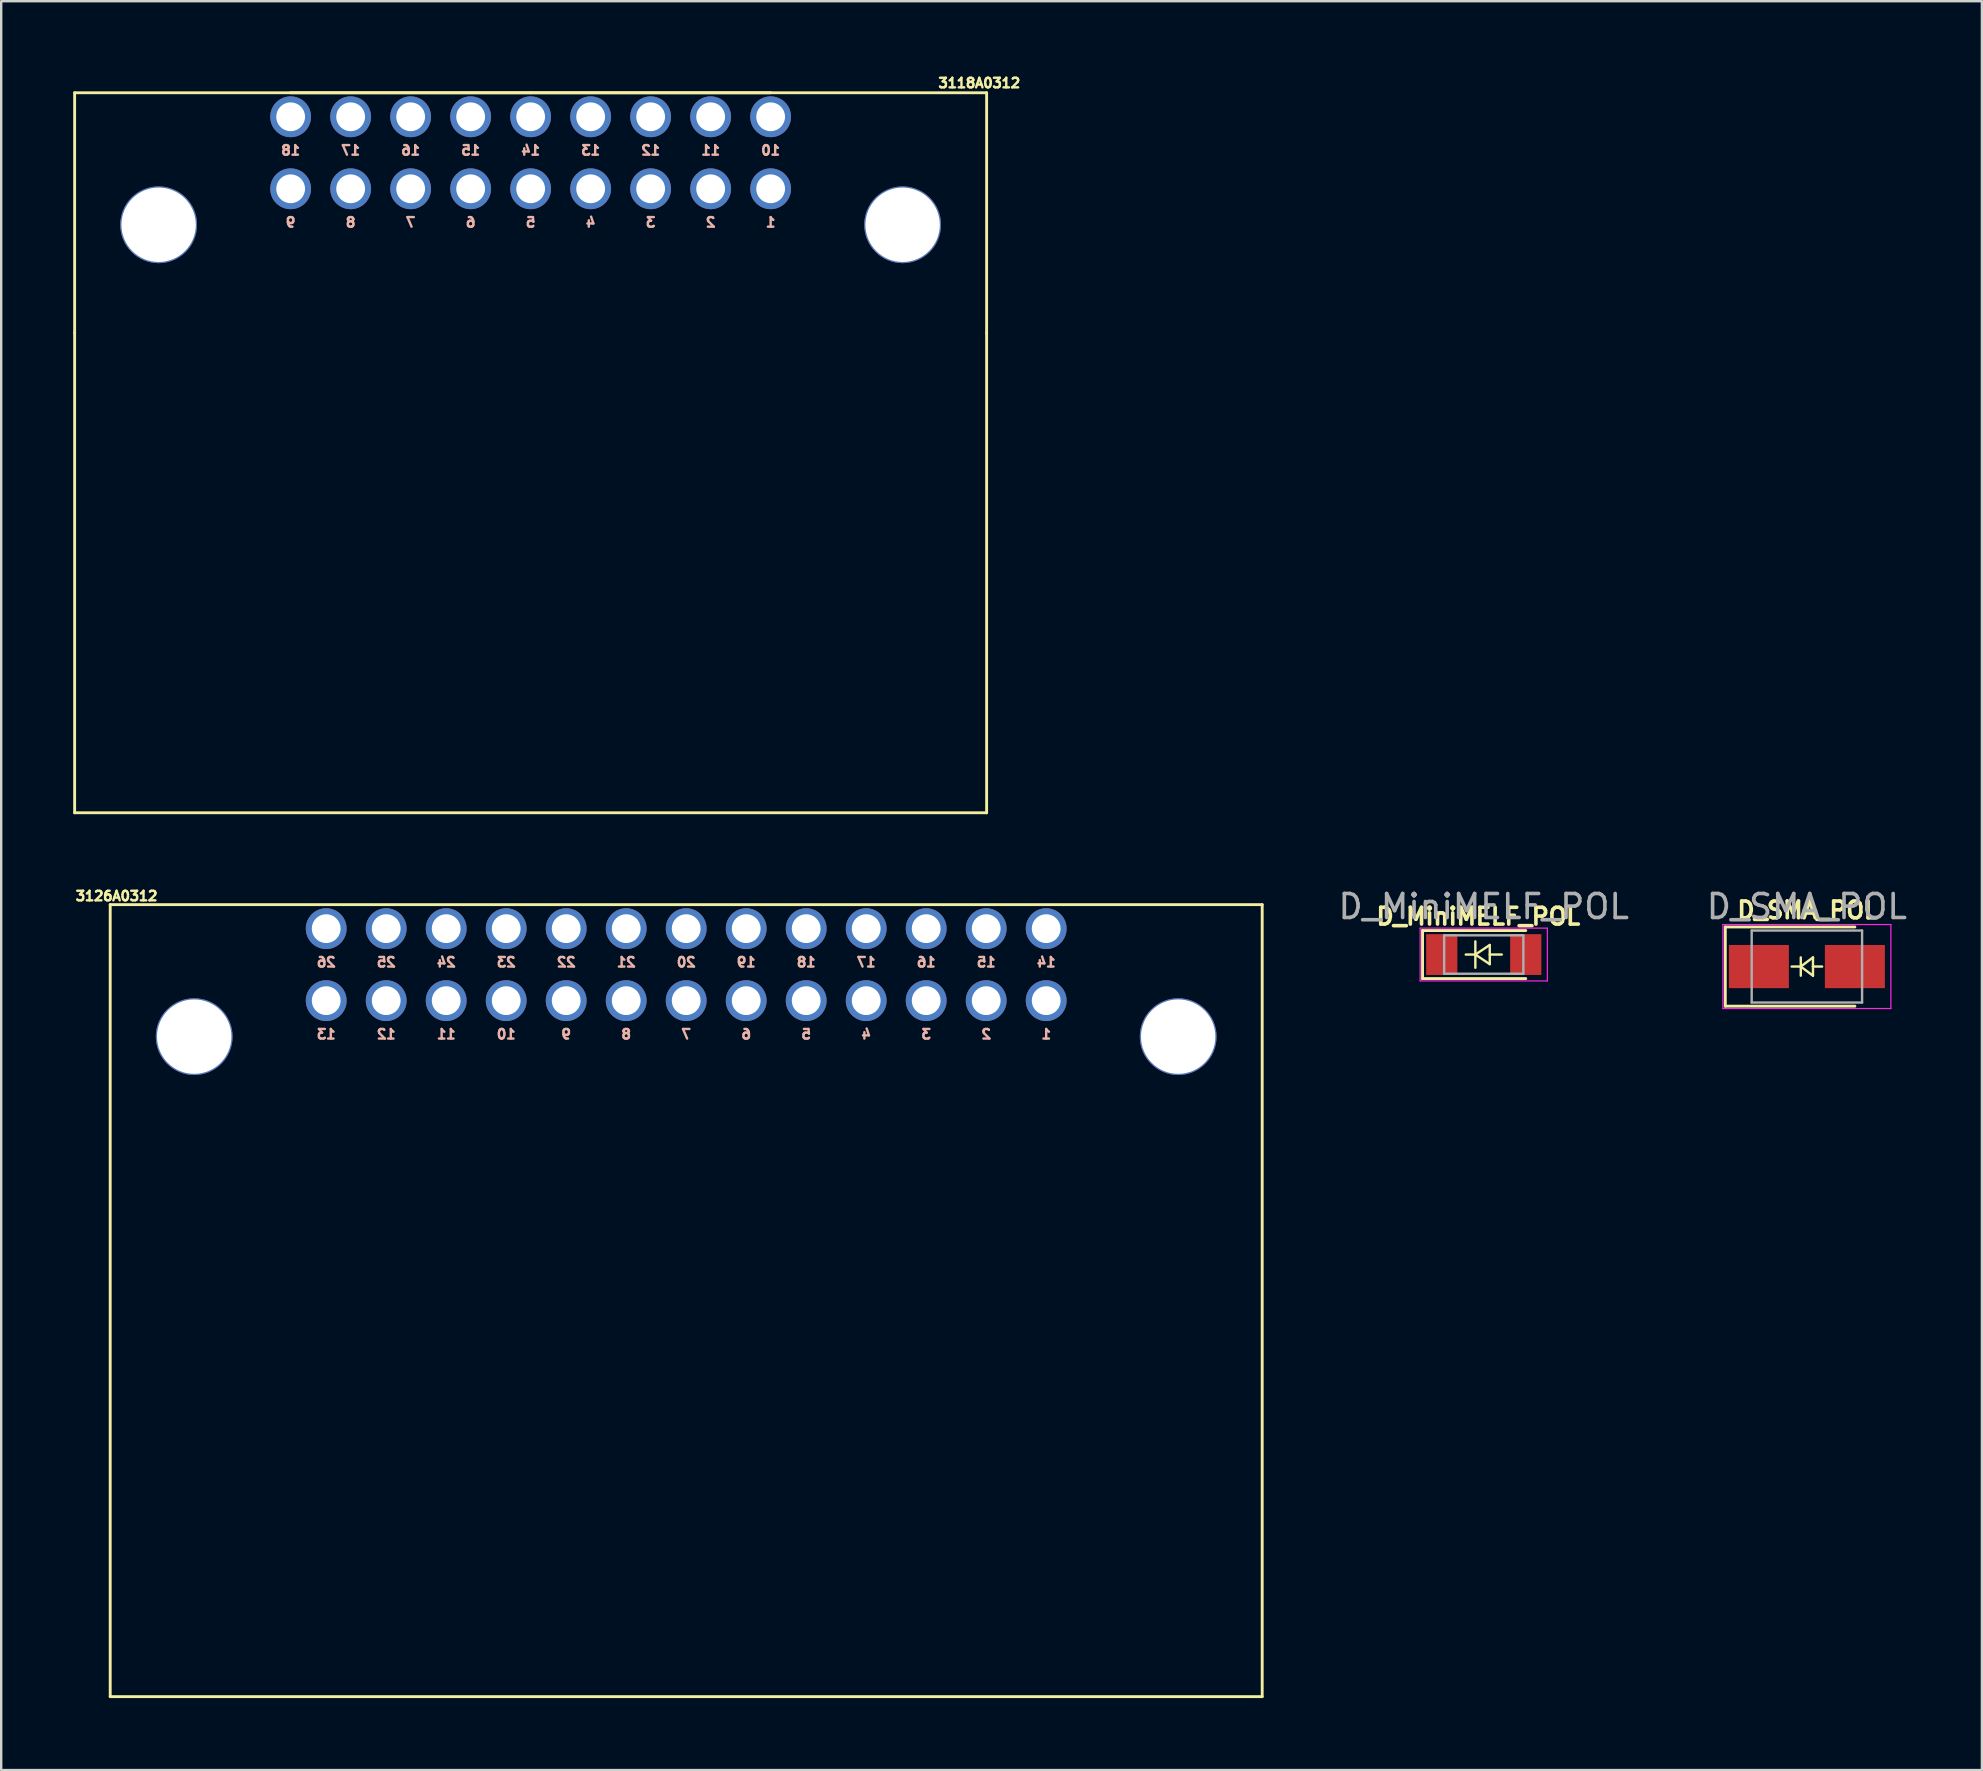
<source format=kicad_pcb>
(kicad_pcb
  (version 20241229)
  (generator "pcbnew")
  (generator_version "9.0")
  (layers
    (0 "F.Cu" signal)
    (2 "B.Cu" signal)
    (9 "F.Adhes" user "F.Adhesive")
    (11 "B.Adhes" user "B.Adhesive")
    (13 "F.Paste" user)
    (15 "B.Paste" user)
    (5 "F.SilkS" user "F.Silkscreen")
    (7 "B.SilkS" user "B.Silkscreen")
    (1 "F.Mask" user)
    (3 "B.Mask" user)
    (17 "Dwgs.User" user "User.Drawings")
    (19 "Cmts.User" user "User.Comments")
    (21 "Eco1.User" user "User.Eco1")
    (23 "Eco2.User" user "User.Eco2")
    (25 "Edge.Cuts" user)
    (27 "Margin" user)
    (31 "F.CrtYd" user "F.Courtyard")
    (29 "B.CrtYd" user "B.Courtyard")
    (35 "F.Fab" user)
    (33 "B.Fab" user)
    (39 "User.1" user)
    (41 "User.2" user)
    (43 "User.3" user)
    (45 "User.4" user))
  (footprint "D_SMA_POL"
    (layer "F.Cu")
    (at 72.238 37.224)
    (property "Reference" "D_SMA_POL" (at 0.032 -2.349 0) (layer "F.SilkS") (effects (font (size 0.7 0.7) (thickness 0.15))))
    (attr smd)
    (fp_line (start -3.4 -1.65) (end -3.4 1.65) (stroke (width 0.12) (type solid)) (layer "F.SilkS"))
    (fp_line (start -3.4 -1.65) (end 2 -1.65) (stroke (width 0.12) (type solid)) (layer "F.SilkS"))
    (fp_line (start -3.4 1.65) (end 2 1.65) (stroke (width 0.12) (type solid)) (layer "F.SilkS"))
    (fp_line (start -0.254 -0.381) (end -0.254 0.381) (stroke (width 0.1) (type solid)) (layer "F.SilkS"))
    (fp_line (start -0.254 0) (end -0.635 0) (stroke (width 0.1) (type solid)) (layer "F.SilkS"))
    (fp_line (start -0.254 0) (end 0.254 -0.381) (stroke (width 0.1) (type solid)) (layer "F.SilkS"))
    (fp_line (start 0.254 -0.381) (end 0.254 0) (stroke (width 0.1) (type solid)) (layer "F.SilkS"))
    (fp_line (start 0.254 0) (end 0.254 0.381) (stroke (width 0.1) (type solid)) (layer "F.SilkS"))
    (fp_line (start 0.254 0.381) (end -0.254 0) (stroke (width 0.1) (type solid)) (layer "F.SilkS"))
    (fp_line (start 0.635 0) (end 0.254 0) (stroke (width 0.1) (type solid)) (layer "F.SilkS"))
    (fp_line (start -3.5 -1.75) (end 3.5 -1.75) (stroke (width 0.05) (type solid)) (layer "F.CrtYd"))
    (fp_line (start -3.5 1.75) (end -3.5 -1.75) (stroke (width 0.05) (type solid)) (layer "F.CrtYd"))
    (fp_line (start 3.5 -1.75) (end 3.5 1.75) (stroke (width 0.05) (type solid)) (layer "F.CrtYd"))
    (fp_line (start 3.5 1.75) (end -3.5 1.75) (stroke (width 0.05) (type solid)) (layer "F.CrtYd"))
    (fp_line (start -2.3 1.5) (end -2.3 -1.5) (stroke (width 0.1) (type solid)) (layer "F.Fab"))
    (fp_line (start 2.3 -1.5) (end -2.3 -1.5) (stroke (width 0.1) (type solid)) (layer "F.Fab"))
    (fp_line (start 2.3 -1.5) (end 2.3 1.5) (stroke (width 0.1) (type solid)) (layer "F.Fab"))
    (fp_line (start 2.3 1.5) (end -2.3 1.5) (stroke (width 0.1) (type solid)) (layer "F.Fab"))
    (fp_text user "${REFERENCE}" (at 0 -2.5 0) (layer "F.Fab") (effects (font (size 1 1) (thickness 0.15))))
    (pad "1" smd rect (at -2 0) (size 2.5 1.8) (layers "F.Cu" "F.Mask" "F.Paste"))
    (pad "2" smd rect (at 2 0) (size 2.5 1.8) (layers "F.Cu" "F.Mask" "F.Paste")))
  (footprint "3126A0312"
    (layer "F.Cu")
    (at 25.542 35.644)
    (property "Reference" "3126A0312" (at -23.736 -1.359 0) (layer "F.SilkS") (effects (font (size 0.4 0.4) (thickness 0.1))))
    (attr through_hole)
    (fp_line (start -24 -1) (end 24 -1) (stroke (width 0.12) (type solid)) (layer "F.SilkS"))
    (fp_line (start -24 32) (end -24 -1) (stroke (width 0.12) (type solid)) (layer "F.SilkS"))
    (fp_line (start 24 -1) (end 24 32) (stroke (width 0.12) (type solid)) (layer "F.SilkS"))
    (fp_line (start 24 32) (end -24 32) (stroke (width 0.12) (type solid)) (layer "F.SilkS"))
    (fp_text user "26" (at -15 1.4 0) (layer "B.SilkS") (effects (font (size 0.4 0.4) (thickness 0.1)) (justify mirror)))
    (fp_text user "20" (at 0 1.4 0) (layer "B.SilkS") (effects (font (size 0.4 0.4) (thickness 0.1)) (justify mirror)))
    (fp_text user "16" (at 10 1.4 0) (layer "B.SilkS") (effects (font (size 0.4 0.4) (thickness 0.1)) (justify mirror)))
    (fp_text user "14" (at 15 1.4 0) (layer "B.SilkS") (effects (font (size 0.4 0.4) (thickness 0.1)) (justify mirror)))
    (fp_text user "15" (at 12.5 1.4 0) (layer "B.SilkS") (effects (font (size 0.4 0.4) (thickness 0.1)) (justify mirror)))
    (fp_text user "18" (at 5 1.4 0) (layer "B.SilkS") (effects (font (size 0.4 0.4) (thickness 0.1)) (justify mirror)))
    (fp_text user "4" (at 7.5 4.4 0) (layer "B.SilkS") (effects (font (size 0.4 0.4) (thickness 0.1)) (justify mirror)))
    (fp_text user "17" (at 7.5 1.4 0) (layer "B.SilkS") (effects (font (size 0.4 0.4) (thickness 0.1)) (justify mirror)))
    (fp_text user "5" (at 5 4.4 0) (layer "B.SilkS") (effects (font (size 0.4 0.4) (thickness 0.1)) (justify mirror)))
    (fp_text user "1" (at 15 4.4 0) (layer "B.SilkS") (effects (font (size 0.4 0.4) (thickness 0.1)) (justify mirror)))
    (fp_text user "6" (at 2.5 4.4 0) (layer "B.SilkS") (effects (font (size 0.4 0.4) (thickness 0.1)) (justify mirror)))
    (fp_text user "23" (at -7.5 1.4 0) (layer "B.SilkS") (effects (font (size 0.4 0.4) (thickness 0.1)) (justify mirror)))
    (fp_text user "12" (at -12.5 4.4 0) (layer "B.SilkS") (effects (font (size 0.4 0.4) (thickness 0.1)) (justify mirror)))
    (fp_text user "3" (at 10 4.4 0) (layer "B.SilkS") (effects (font (size 0.4 0.4) (thickness 0.1)) (justify mirror)))
    (fp_text user "7" (at 0 4.4 0) (layer "B.SilkS") (effects (font (size 0.4 0.4) (thickness 0.1)) (justify mirror)))
    (fp_text user "25" (at -12.5 1.4 0) (layer "B.SilkS") (effects (font (size 0.4 0.4) (thickness 0.1)) (justify mirror)))
    (fp_text user "9" (at -5 4.4 0) (layer "B.SilkS") (effects (font (size 0.4 0.4) (thickness 0.1)) (justify mirror)))
    (fp_text user "24" (at -10 1.4 0) (layer "B.SilkS") (effects (font (size 0.4 0.4) (thickness 0.1)) (justify mirror)))
    (fp_text user "21" (at -2.5 1.4 0) (layer "B.SilkS") (effects (font (size 0.4 0.4) (thickness 0.1)) (justify mirror)))
    (fp_text user "8" (at -2.5 4.4 0) (layer "B.SilkS") (effects (font (size 0.4 0.4) (thickness 0.1)) (justify mirror)))
    (fp_text user "13" (at -15 4.4 0) (layer "B.SilkS") (effects (font (size 0.4 0.4) (thickness 0.1)) (justify mirror)))
    (fp_text user "10" (at -7.5 4.4 0) (layer "B.SilkS") (effects (font (size 0.4 0.4) (thickness 0.1)) (justify mirror)))
    (fp_text user "19" (at 2.5 1.4 0) (layer "B.SilkS") (effects (font (size 0.4 0.4) (thickness 0.1)) (justify mirror)))
    (fp_text user "2" (at 12.5 4.4 0) (layer "B.SilkS") (effects (font (size 0.4 0.4) (thickness 0.1)) (justify mirror)))
    (fp_text user "11" (at -10 4.4 0) (layer "B.SilkS") (effects (font (size 0.4 0.4) (thickness 0.1)) (justify mirror)))
    (fp_text user "22" (at -5 1.4 0) (layer "B.SilkS") (effects (font (size 0.4 0.4) (thickness 0.1)) (justify mirror)))
    (pad "" np_thru_hole circle (at -20.5 4.5) (size 3.2 3.2) (drill 3.1) (layers "*.Cu" "*.Mask"))
    (pad "" np_thru_hole circle (at 20.5 4.5) (size 3.2 3.2) (drill 3.1) (layers "*.Cu" "*.Mask"))
    (pad "1" thru_hole circle (at 15 3) (size 1.7 1.7) (drill 1.2) (layers "*.Cu" "*.Mask"))
    (pad "2" thru_hole circle (at 12.5 3) (size 1.7 1.7) (drill 1.2) (layers "*.Cu" "*.Mask"))
    (pad "3" thru_hole circle (at 10 3) (size 1.7 1.7) (drill 1.2) (layers "*.Cu" "*.Mask"))
    (pad "4" thru_hole circle (at 7.5 3) (size 1.7 1.7) (drill 1.2) (layers "*.Cu" "*.Mask"))
    (pad "5" thru_hole circle (at 5 3) (size 1.7 1.7) (drill 1.2) (layers "*.Cu" "*.Mask"))
    (pad "6" thru_hole circle (at 2.5 3) (size 1.7 1.7) (drill 1.2) (layers "*.Cu" "*.Mask"))
    (pad "7" thru_hole circle (at 0 3) (size 1.7 1.7) (drill 1.2) (layers "*.Cu" "*.Mask"))
    (pad "8" thru_hole circle (at -2.5 3) (size 1.7 1.7) (drill 1.2) (layers "*.Cu" "*.Mask"))
    (pad "9" thru_hole circle (at -5 3) (size 1.7 1.7) (drill 1.2) (layers "*.Cu" "*.Mask"))
    (pad "10" thru_hole circle (at -7.5 3) (size 1.7 1.7) (drill 1.2) (layers "*.Cu" "*.Mask"))
    (pad "11" thru_hole circle (at -10 3) (size 1.7 1.7) (drill 1.2) (layers "*.Cu" "*.Mask"))
    (pad "12" thru_hole circle (at -12.5 3) (size 1.7 1.7) (drill 1.2) (layers "*.Cu" "*.Mask"))
    (pad "13" thru_hole circle (at -15 3) (size 1.7 1.7) (drill 1.2) (layers "*.Cu" "*.Mask"))
    (pad "14" thru_hole circle (at 15 0) (size 1.7 1.7) (drill 1.2) (layers "*.Cu" "*.Mask"))
    (pad "15" thru_hole circle (at 12.5 0) (size 1.7 1.7) (drill 1.2) (layers "*.Cu" "*.Mask"))
    (pad "16" thru_hole circle (at 10 0) (size 1.7 1.7) (drill 1.2) (layers "*.Cu" "*.Mask"))
    (pad "17" thru_hole circle (at 7.5 0) (size 1.7 1.7) (drill 1.2) (layers "*.Cu" "*.Mask"))
    (pad "18" thru_hole circle (at 5 0) (size 1.7 1.7) (drill 1.2) (layers "*.Cu" "*.Mask"))
    (pad "19" thru_hole circle (at 2.5 0) (size 1.7 1.7) (drill 1.2) (layers "*.Cu" "*.Mask"))
    (pad "20" thru_hole circle (at 0 0) (size 1.7 1.7) (drill 1.2) (layers "*.Cu" "*.Mask"))
    (pad "21" thru_hole circle (at -2.5 0) (size 1.7 1.7) (drill 1.2) (layers "*.Cu" "*.Mask"))
    (pad "22" thru_hole circle (at -5 0) (size 1.7 1.7) (drill 1.2) (layers "*.Cu" "*.Mask"))
    (pad "23" thru_hole circle (at -7.5 0) (size 1.7 1.7) (drill 1.2) (layers "*.Cu" "*.Mask"))
    (pad "24" thru_hole circle (at -10 0) (size 1.7 1.7) (drill 1.2) (layers "*.Cu" "*.Mask"))
    (pad "25" thru_hole circle (at -12.5 0) (size 1.7 1.7) (drill 1.2) (layers "*.Cu" "*.Mask"))
    (pad "26" thru_hole circle (at -15 0) (size 1.7 1.7) (drill 1.2) (layers "*.Cu" "*.Mask")))
  (footprint "3118A0312"
    (layer "F.Cu")
    (at 19.06 1.816)
    (property "Reference" "3118A0312" (at 18.694 -1.406 0) (layer "F.SilkS") (effects (font (size 0.4 0.4) (thickness 0.1))))
    (attr through_hole)
    (fp_line (start -19 -1) (end -19 9) (stroke (width 0.12) (type solid)) (layer "F.SilkS"))
    (fp_line (start -19 9) (end -19 29) (stroke (width 0.12) (type solid)) (layer "F.SilkS"))
    (fp_line (start -19 29) (end 19 29) (stroke (width 0.12) (type solid)) (layer "F.SilkS"))
    (fp_line (start -10 -1) (end 10 -1) (stroke (width 0.12) (type solid)) (layer "F.SilkS"))
    (fp_line (start 0 -1) (end -19 -1) (stroke (width 0.12) (type solid)) (layer "F.SilkS"))
    (fp_line (start 19 -1) (end 0 -1) (stroke (width 0.12) (type solid)) (layer "F.SilkS"))
    (fp_line (start 19 9) (end 19 -1) (stroke (width 0.12) (type solid)) (layer "F.SilkS"))
    (fp_line (start 19 29) (end 19 9) (stroke (width 0.12) (type solid)) (layer "F.SilkS"))
    (fp_text user "3" (at 5 4.4 0) (layer "B.SilkS") (effects (font (size 0.4 0.4) (thickness 0.1)) (justify mirror)))
    (fp_text user "1" (at 10 4.4 0) (layer "B.SilkS") (effects (font (size 0.4 0.4) (thickness 0.1)) (justify mirror)))
    (fp_text user "11" (at 7.5 1.4 0) (layer "B.SilkS") (effects (font (size 0.4 0.4) (thickness 0.1)) (justify mirror)))
    (fp_text user "18" (at -10 1.4 0) (layer "B.SilkS") (effects (font (size 0.4 0.4) (thickness 0.1)) (justify mirror)))
    (fp_text user "8" (at -7.5 4.4 0) (layer "B.SilkS") (effects (font (size 0.4 0.4) (thickness 0.1)) (justify mirror)))
    (fp_text user "5" (at 0 4.4 0) (layer "B.SilkS") (effects (font (size 0.4 0.4) (thickness 0.1)) (justify mirror)))
    (fp_text user "9" (at -10 4.4 0) (layer "B.SilkS") (effects (font (size 0.4 0.4) (thickness 0.1)) (justify mirror)))
    (fp_text user "4" (at 2.5 4.4 0) (layer "B.SilkS") (effects (font (size 0.4 0.4) (thickness 0.1)) (justify mirror)))
    (fp_text user "13" (at 2.5 1.4 0) (layer "B.SilkS") (effects (font (size 0.4 0.4) (thickness 0.1)) (justify mirror)))
    (fp_text user "10" (at 10 1.4 0) (layer "B.SilkS") (effects (font (size 0.4 0.4) (thickness 0.1)) (justify mirror)))
    (fp_text user "15" (at -2.5 1.4 0) (layer "B.SilkS") (effects (font (size 0.4 0.4) (thickness 0.1)) (justify mirror)))
    (fp_text user "16" (at -5 1.4 0) (layer "B.SilkS") (effects (font (size 0.4 0.4) (thickness 0.1)) (justify mirror)))
    (fp_text user "6" (at -2.5 4.4 0) (layer "B.SilkS") (effects (font (size 0.4 0.4) (thickness 0.1)) (justify mirror)))
    (fp_text user "14" (at 0 1.4 0) (layer "B.SilkS") (effects (font (size 0.4 0.4) (thickness 0.1)) (justify mirror)))
    (fp_text user "17" (at -7.5 1.4 0) (layer "B.SilkS") (effects (font (size 0.4 0.4) (thickness 0.1)) (justify mirror)))
    (fp_text user "12" (at 5 1.4 0) (layer "B.SilkS") (effects (font (size 0.4 0.4) (thickness 0.1)) (justify mirror)))
    (fp_text user "2" (at 7.5 4.4 0) (layer "B.SilkS") (effects (font (size 0.4 0.4) (thickness 0.1)) (justify mirror)))
    (fp_text user "7" (at -5 4.4 0) (layer "B.SilkS") (effects (font (size 0.4 0.4) (thickness 0.1)) (justify mirror)))
    (pad "" np_thru_hole circle (at -15.5 4.5) (size 3.2 3.2) (drill 3.1) (layers "*.Cu" "*.Mask"))
    (pad "" np_thru_hole circle (at 15.5 4.5) (size 3.2 3.2) (drill 3.1) (layers "*.Cu" "*.Mask"))
    (pad "1" thru_hole circle (at 10 3) (size 1.7 1.7) (drill 1.2) (layers "*.Cu" "*.Mask"))
    (pad "2" thru_hole circle (at 7.5 3) (size 1.7 1.7) (drill 1.2) (layers "*.Cu" "*.Mask"))
    (pad "3" thru_hole circle (at 5 3) (size 1.7 1.7) (drill 1.2) (layers "*.Cu" "*.Mask"))
    (pad "4" thru_hole circle (at 2.5 3) (size 1.7 1.7) (drill 1.2) (layers "*.Cu" "*.Mask"))
    (pad "5" thru_hole circle (at 0 3) (size 1.7 1.7) (drill 1.2) (layers "*.Cu" "*.Mask"))
    (pad "6" thru_hole circle (at -2.5 3) (size 1.7 1.7) (drill 1.2) (layers "*.Cu" "*.Mask"))
    (pad "7" thru_hole circle (at -5 3) (size 1.7 1.7) (drill 1.2) (layers "*.Cu" "*.Mask"))
    (pad "8" thru_hole circle (at -7.5 3) (size 1.7 1.7) (drill 1.2) (layers "*.Cu" "*.Mask"))
    (pad "9" thru_hole circle (at -10 3) (size 1.7 1.7) (drill 1.2) (layers "*.Cu" "*.Mask"))
    (pad "10" thru_hole circle (at 10 0) (size 1.7 1.7) (drill 1.2) (layers "*.Cu" "*.Mask"))
    (pad "11" thru_hole circle (at 7.5 0) (size 1.7 1.7) (drill 1.2) (layers "*.Cu" "*.Mask"))
    (pad "12" thru_hole circle (at 5 0) (size 1.7 1.7) (drill 1.2) (layers "*.Cu" "*.Mask"))
    (pad "13" thru_hole circle (at 2.5 0) (size 1.7 1.7) (drill 1.2) (layers "*.Cu" "*.Mask"))
    (pad "14" thru_hole circle (at 0 0) (size 1.7 1.7) (drill 1.2) (layers "*.Cu" "*.Mask"))
    (pad "15" thru_hole circle (at -2.5 0) (size 1.7 1.7) (drill 1.2) (layers "*.Cu" "*.Mask"))
    (pad "16" thru_hole circle (at -5 0) (size 1.7 1.7) (drill 1.2) (layers "*.Cu" "*.Mask"))
    (pad "17" thru_hole circle (at -7.5 0) (size 1.7 1.7) (drill 1.2) (layers "*.Cu" "*.Mask"))
    (pad "18" thru_hole circle (at -10 0) (size 1.7 1.7) (drill 1.2) (layers "*.Cu" "*.Mask")))
  (footprint "D_MiniMELF_POL"
    (layer "F.Cu")
    (at 58.774 36.724)
    (property "Reference" "D_MiniMELF_POL" (at -0.226 -1.587 0) (layer "F.SilkS") (effects (font (size 0.7 0.7) (thickness 0.15))))
    (attr smd)
    (fp_line (start -2.55 -1) (end -2.55 1) (stroke (width 0.12) (type solid)) (layer "F.SilkS"))
    (fp_line (start -2.55 1) (end 1.75 1) (stroke (width 0.12) (type solid)) (layer "F.SilkS"))
    (fp_line (start -0.75 0) (end -0.35 0) (stroke (width 0.1) (type solid)) (layer "F.SilkS"))
    (fp_line (start -0.35 0) (end -0.35 -0.55) (stroke (width 0.1) (type solid)) (layer "F.SilkS"))
    (fp_line (start -0.35 0) (end -0.35 0.55) (stroke (width 0.1) (type solid)) (layer "F.SilkS"))
    (fp_line (start -0.35 0) (end 0.25 -0.4) (stroke (width 0.1) (type solid)) (layer "F.SilkS"))
    (fp_line (start 0.25 -0.4) (end 0.25 0.4) (stroke (width 0.1) (type solid)) (layer "F.SilkS"))
    (fp_line (start 0.25 0) (end 0.75 0) (stroke (width 0.1) (type solid)) (layer "F.SilkS"))
    (fp_line (start 0.25 0.4) (end -0.35 0) (stroke (width 0.1) (type solid)) (layer "F.SilkS"))
    (fp_line (start 1.75 -1) (end -2.55 -1) (stroke (width 0.12) (type solid)) (layer "F.SilkS"))
    (fp_line (start -2.65 -1.1) (end 2.65 -1.1) (stroke (width 0.05) (type solid)) (layer "F.CrtYd"))
    (fp_line (start -2.65 1.1) (end -2.65 -1.1) (stroke (width 0.05) (type solid)) (layer "F.CrtYd"))
    (fp_line (start 2.65 -1.1) (end 2.65 1.1) (stroke (width 0.05) (type solid)) (layer "F.CrtYd"))
    (fp_line (start 2.65 1.1) (end -2.65 1.1) (stroke (width 0.05) (type solid)) (layer "F.CrtYd"))
    (fp_line (start -1.65 -0.8) (end 1.65 -0.8) (stroke (width 0.1) (type solid)) (layer "F.Fab"))
    (fp_line (start -1.65 0.8) (end -1.65 -0.8) (stroke (width 0.1) (type solid)) (layer "F.Fab"))
    (fp_line (start 1.65 -0.8) (end 1.65 0.8) (stroke (width 0.1) (type solid)) (layer "F.Fab"))
    (fp_line (start 1.65 0.8) (end -1.65 0.8) (stroke (width 0.1) (type solid)) (layer "F.Fab"))
    (fp_text user "${REFERENCE}" (at 0 -2 0) (layer "F.Fab") (effects (font (size 1 1) (thickness 0.15))))
    (pad "1" smd rect (at -1.75 0) (size 1.3 1.7) (layers "F.Cu" "F.Mask" "F.Paste"))
    (pad "2" smd rect (at 1.75 0) (size 1.3 1.7) (layers "F.Cu" "F.Mask" "F.Paste")))
  (gr_rect
    (start -3 -3)
    (end 79.53 70.704)
    (stroke (width 0.1) (type default))
    (fill no)
    (layer "Edge.Cuts")))
</source>
